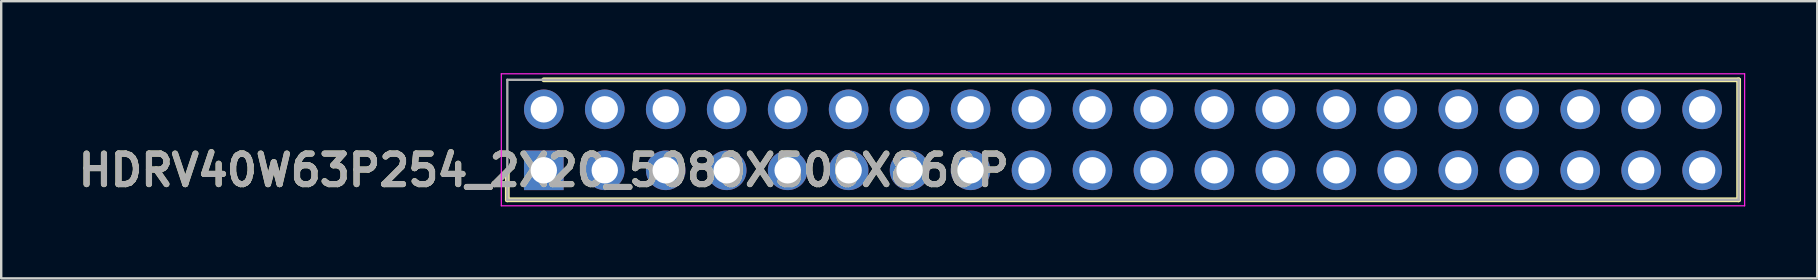
<source format=kicad_pcb>
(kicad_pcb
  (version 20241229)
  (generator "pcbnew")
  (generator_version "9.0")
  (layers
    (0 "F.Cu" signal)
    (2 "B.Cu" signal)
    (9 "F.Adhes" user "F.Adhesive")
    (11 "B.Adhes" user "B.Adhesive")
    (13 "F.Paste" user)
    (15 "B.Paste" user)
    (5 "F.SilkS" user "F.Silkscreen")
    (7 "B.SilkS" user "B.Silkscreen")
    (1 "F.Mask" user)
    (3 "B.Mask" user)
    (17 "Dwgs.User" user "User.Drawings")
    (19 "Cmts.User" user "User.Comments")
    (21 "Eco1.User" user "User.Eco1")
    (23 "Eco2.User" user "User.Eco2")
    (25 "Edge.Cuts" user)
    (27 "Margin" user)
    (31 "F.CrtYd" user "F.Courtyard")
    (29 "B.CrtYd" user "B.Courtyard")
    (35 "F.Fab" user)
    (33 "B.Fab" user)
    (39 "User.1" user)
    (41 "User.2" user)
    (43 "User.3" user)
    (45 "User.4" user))
  (footprint "HDRV40W63P254_2X20_5080X500X860P"
    (layer "F.Cu")
    (at 19.606 4.045)
    (property "Reference" "HDRV40W63P254_2X20_5080X500X860P" (at 0 0 0) (layer "F.SilkS") (effects (font (size 1.27 1.27) (thickness 0.254))))
    (attr through_hole)
    (fp_line (start -1.52 0) (end -1.52 1.23) (stroke (width 0.2) (type solid)) (layer "F.SilkS"))
    (fp_line (start -1.52 1.23) (end 49.78 1.23) (stroke (width 0.2) (type solid)) (layer "F.SilkS"))
    (fp_line (start 49.78 -3.77) (end 0 -3.77) (stroke (width 0.2) (type solid)) (layer "F.SilkS"))
    (fp_line (start 49.78 1.23) (end 49.78 -3.77) (stroke (width 0.2) (type solid)) (layer "F.SilkS"))
    (fp_line (start -1.77 -4.02) (end 50.03 -4.02) (stroke (width 0.05) (type solid)) (layer "F.CrtYd"))
    (fp_line (start -1.77 1.48) (end -1.77 -4.02) (stroke (width 0.05) (type solid)) (layer "F.CrtYd"))
    (fp_line (start 50.03 -4.02) (end 50.03 1.48) (stroke (width 0.05) (type solid)) (layer "F.CrtYd"))
    (fp_line (start 50.03 1.48) (end -1.77 1.48) (stroke (width 0.05) (type solid)) (layer "F.CrtYd"))
    (fp_line (start -1.52 -3.77) (end 49.78 -3.77) (stroke (width 0.1) (type solid)) (layer "F.Fab"))
    (fp_line (start -1.52 1.23) (end -1.52 -3.77) (stroke (width 0.1) (type solid)) (layer "F.Fab"))
    (fp_line (start 49.78 -3.77) (end 49.78 1.23) (stroke (width 0.1) (type solid)) (layer "F.Fab"))
    (fp_line (start 49.78 1.23) (end -1.52 1.23) (stroke (width 0.1) (type solid)) (layer "F.Fab"))
    (fp_text user "${REFERENCE}" (at 0 0 0) (layer "F.Fab") (effects (font (size 1.27 1.27) (thickness 0.254))))
    (pad "1" thru_hole rect (at 0 0) (size 1.65 1.65) (drill 1.1) (layers "*.Cu" "*.Mask"))
    (pad "2" thru_hole circle (at 0 -2.54) (size 1.65 1.65) (drill 1.1) (layers "*.Cu" "*.Mask"))
    (pad "3" thru_hole circle (at 2.54 0) (size 1.65 1.65) (drill 1.1) (layers "*.Cu" "*.Mask"))
    (pad "4" thru_hole circle (at 2.54 -2.54) (size 1.65 1.65) (drill 1.1) (layers "*.Cu" "*.Mask"))
    (pad "5" thru_hole circle (at 5.08 0) (size 1.65 1.65) (drill 1.1) (layers "*.Cu" "*.Mask"))
    (pad "6" thru_hole circle (at 5.08 -2.54) (size 1.65 1.65) (drill 1.1) (layers "*.Cu" "*.Mask"))
    (pad "7" thru_hole circle (at 7.62 0) (size 1.65 1.65) (drill 1.1) (layers "*.Cu" "*.Mask"))
    (pad "8" thru_hole circle (at 7.62 -2.54) (size 1.65 1.65) (drill 1.1) (layers "*.Cu" "*.Mask"))
    (pad "9" thru_hole circle (at 10.16 0) (size 1.65 1.65) (drill 1.1) (layers "*.Cu" "*.Mask"))
    (pad "10" thru_hole circle (at 10.16 -2.54) (size 1.65 1.65) (drill 1.1) (layers "*.Cu" "*.Mask"))
    (pad "11" thru_hole circle (at 12.7 0) (size 1.65 1.65) (drill 1.1) (layers "*.Cu" "*.Mask"))
    (pad "12" thru_hole circle (at 12.7 -2.54) (size 1.65 1.65) (drill 1.1) (layers "*.Cu" "*.Mask"))
    (pad "13" thru_hole circle (at 15.24 0) (size 1.65 1.65) (drill 1.1) (layers "*.Cu" "*.Mask"))
    (pad "14" thru_hole circle (at 15.24 -2.54) (size 1.65 1.65) (drill 1.1) (layers "*.Cu" "*.Mask"))
    (pad "15" thru_hole circle (at 17.78 0) (size 1.65 1.65) (drill 1.1) (layers "*.Cu" "*.Mask"))
    (pad "16" thru_hole circle (at 17.78 -2.54) (size 1.65 1.65) (drill 1.1) (layers "*.Cu" "*.Mask"))
    (pad "17" thru_hole circle (at 20.32 0) (size 1.65 1.65) (drill 1.1) (layers "*.Cu" "*.Mask"))
    (pad "18" thru_hole circle (at 20.32 -2.54) (size 1.65 1.65) (drill 1.1) (layers "*.Cu" "*.Mask"))
    (pad "19" thru_hole circle (at 22.86 0) (size 1.65 1.65) (drill 1.1) (layers "*.Cu" "*.Mask"))
    (pad "20" thru_hole circle (at 22.86 -2.54) (size 1.65 1.65) (drill 1.1) (layers "*.Cu" "*.Mask"))
    (pad "21" thru_hole circle (at 25.4 0) (size 1.65 1.65) (drill 1.1) (layers "*.Cu" "*.Mask"))
    (pad "22" thru_hole circle (at 25.4 -2.54) (size 1.65 1.65) (drill 1.1) (layers "*.Cu" "*.Mask"))
    (pad "23" thru_hole circle (at 27.94 0) (size 1.65 1.65) (drill 1.1) (layers "*.Cu" "*.Mask"))
    (pad "24" thru_hole circle (at 27.94 -2.54) (size 1.65 1.65) (drill 1.1) (layers "*.Cu" "*.Mask"))
    (pad "25" thru_hole circle (at 30.48 0) (size 1.65 1.65) (drill 1.1) (layers "*.Cu" "*.Mask"))
    (pad "26" thru_hole circle (at 30.48 -2.54) (size 1.65 1.65) (drill 1.1) (layers "*.Cu" "*.Mask"))
    (pad "27" thru_hole circle (at 33.02 0) (size 1.65 1.65) (drill 1.1) (layers "*.Cu" "*.Mask"))
    (pad "28" thru_hole circle (at 33.02 -2.54) (size 1.65 1.65) (drill 1.1) (layers "*.Cu" "*.Mask"))
    (pad "29" thru_hole circle (at 35.56 0) (size 1.65 1.65) (drill 1.1) (layers "*.Cu" "*.Mask"))
    (pad "30" thru_hole circle (at 35.56 -2.54) (size 1.65 1.65) (drill 1.1) (layers "*.Cu" "*.Mask"))
    (pad "31" thru_hole circle (at 38.1 0) (size 1.65 1.65) (drill 1.1) (layers "*.Cu" "*.Mask"))
    (pad "32" thru_hole circle (at 38.1 -2.54) (size 1.65 1.65) (drill 1.1) (layers "*.Cu" "*.Mask"))
    (pad "33" thru_hole circle (at 40.64 0) (size 1.65 1.65) (drill 1.1) (layers "*.Cu" "*.Mask"))
    (pad "34" thru_hole circle (at 40.64 -2.54) (size 1.65 1.65) (drill 1.1) (layers "*.Cu" "*.Mask"))
    (pad "35" thru_hole circle (at 43.18 0) (size 1.65 1.65) (drill 1.1) (layers "*.Cu" "*.Mask"))
    (pad "36" thru_hole circle (at 43.18 -2.54) (size 1.65 1.65) (drill 1.1) (layers "*.Cu" "*.Mask"))
    (pad "37" thru_hole circle (at 45.72 0) (size 1.65 1.65) (drill 1.1) (layers "*.Cu" "*.Mask"))
    (pad "38" thru_hole circle (at 45.72 -2.54) (size 1.65 1.65) (drill 1.1) (layers "*.Cu" "*.Mask"))
    (pad "39" thru_hole circle (at 48.26 0) (size 1.65 1.65) (drill 1.1) (layers "*.Cu" "*.Mask"))
    (pad "40" thru_hole circle (at 48.26 -2.54) (size 1.65 1.65) (drill 1.1) (layers "*.Cu" "*.Mask")))
  (gr_rect
    (start -3 -3)
    (end 72.661 8.55)
    (stroke (width 0.1) (type default))
    (fill no)
    (layer "Edge.Cuts")))
</source>
